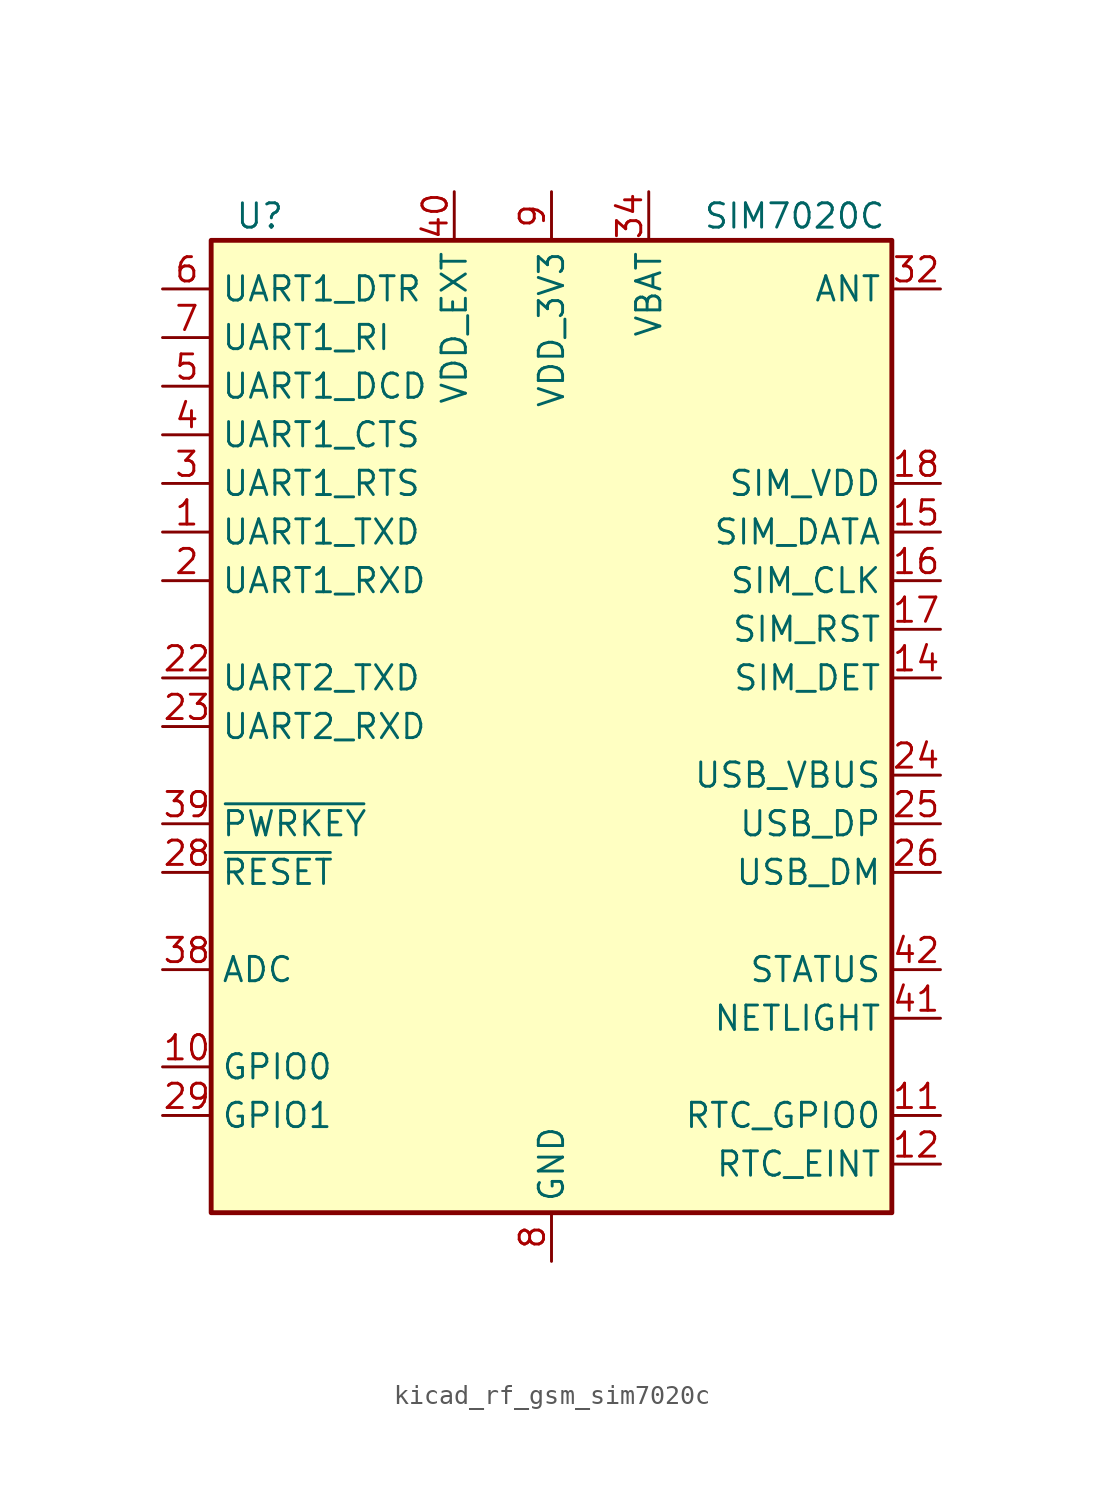
<source format=kicad_sym>
(kicad_symbol_lib
  (version 20220914)
  (generator kicad_symbol_editor)
  (symbol "kicad_rf_gsm_sim7020c"
    (property "Reference" "U"
      (at -15.24 26.67 0)
      (effects (font (size 1.27 1.27))))
    (property "Value" "SIM7020C"
      (at 12.7 26.67 0)
      (effects (font (size 1.27 1.27))))
    (symbol "kicad_rf_gsm_sim7020c_0_1"
      (rectangle (start -17.78 25.4) (end 17.78 -25.4) (stroke (width 0.254) (type default)) (fill (type background))))
    (symbol "kicad_rf_gsm_sim7020c_1_1"
      (pin output line (at -20.32 10.16 0) (length 2.54) (name "UART1_TXD" (effects (font (size 1.27 1.27)))) (number "1" (effects (font (size 1.27 1.27)))))
      (pin bidirectional line (at -20.32 -17.78 0) (length 2.54) (name "GPIO0" (effects (font (size 1.27 1.27)))) (number "10" (effects (font (size 1.27 1.27)))))
      (pin output line (at 20.32 -20.32 180) (length 2.54) (name "RTC_GPIO0" (effects (font (size 1.27 1.27)))) (number "11" (effects (font (size 1.27 1.27)))))
      (pin input line (at 20.32 -22.86 180) (length 2.54) (name "RTC_EINT" (effects (font (size 1.27 1.27)))) (number "12" (effects (font (size 1.27 1.27)))))
      (pin passive line (at 0 -27.94 90) (length 2.54) hide (name "GND" (effects (font (size 1.27 1.27)))) (number "13" (effects (font (size 1.27 1.27)))))
      (pin input line (at 20.32 2.54 180) (length 2.54) (name "SIM_DET" (effects (font (size 1.27 1.27)))) (number "14" (effects (font (size 1.27 1.27)))))
      (pin bidirectional line (at 20.32 10.16 180) (length 2.54) (name "SIM_DATA" (effects (font (size 1.27 1.27)))) (number "15" (effects (font (size 1.27 1.27)))))
      (pin output line (at 20.32 7.62 180) (length 2.54) (name "SIM_CLK" (effects (font (size 1.27 1.27)))) (number "16" (effects (font (size 1.27 1.27)))))
      (pin output line (at 20.32 5.08 180) (length 2.54) (name "SIM_RST" (effects (font (size 1.27 1.27)))) (number "17" (effects (font (size 1.27 1.27)))))
      (pin power_out line (at 20.32 12.7 180) (length 2.54) (name "SIM_VDD" (effects (font (size 1.27 1.27)))) (number "18" (effects (font (size 1.27 1.27)))))
      (pin passive line (at 0 -27.94 90) (length 2.54) hide (name "GND" (effects (font (size 1.27 1.27)))) (number "19" (effects (font (size 1.27 1.27)))))
      (pin input line (at -20.32 7.62 0) (length 2.54) (name "UART1_RXD" (effects (font (size 1.27 1.27)))) (number "2" (effects (font (size 1.27 1.27)))))
      (pin no_connect line (at 17.78 17.78 180) (length 2.54) hide (name "NC" (effects (font (size 1.27 1.27)))) (number "20" (effects (font (size 1.27 1.27)))))
      (pin passive line (at 0 -27.94 90) (length 2.54) hide (name "GND" (effects (font (size 1.27 1.27)))) (number "21" (effects (font (size 1.27 1.27)))))
      (pin output line (at -20.32 2.54 0) (length 2.54) (name "UART2_TXD" (effects (font (size 1.27 1.27)))) (number "22" (effects (font (size 1.27 1.27)))))
      (pin input line (at -20.32 0 0) (length 2.54) (name "UART2_RXD" (effects (font (size 1.27 1.27)))) (number "23" (effects (font (size 1.27 1.27)))))
      (pin input line (at 20.32 -2.54 180) (length 2.54) (name "USB_VBUS" (effects (font (size 1.27 1.27)))) (number "24" (effects (font (size 1.27 1.27)))))
      (pin bidirectional line (at 20.32 -5.08 180) (length 2.54) (name "USB_DP" (effects (font (size 1.27 1.27)))) (number "25" (effects (font (size 1.27 1.27)))))
      (pin bidirectional line (at 20.32 -7.62 180) (length 2.54) (name "USB_DM" (effects (font (size 1.27 1.27)))) (number "26" (effects (font (size 1.27 1.27)))))
      (pin passive line (at 0 -27.94 90) (length 2.54) hide (name "GND" (effects (font (size 1.27 1.27)))) (number "27" (effects (font (size 1.27 1.27)))))
      (pin input line (at -20.32 -7.62 0) (length 2.54) (name "~{RESET}" (effects (font (size 1.27 1.27)))) (number "28" (effects (font (size 1.27 1.27)))))
      (pin bidirectional line (at -20.32 -20.32 0) (length 2.54) (name "GPIO1" (effects (font (size 1.27 1.27)))) (number "29" (effects (font (size 1.27 1.27)))))
      (pin input line (at -20.32 12.7 0) (length 2.54) (name "UART1_RTS" (effects (font (size 1.27 1.27)))) (number "3" (effects (font (size 1.27 1.27)))))
      (pin passive line (at 0 -27.94 90) (length 2.54) hide (name "GND" (effects (font (size 1.27 1.27)))) (number "30" (effects (font (size 1.27 1.27)))))
      (pin passive line (at 0 -27.94 90) (length 2.54) hide (name "GND" (effects (font (size 1.27 1.27)))) (number "31" (effects (font (size 1.27 1.27)))))
      (pin passive line (at 20.32 22.86 180) (length 2.54) (name "ANT" (effects (font (size 1.27 1.27)))) (number "32" (effects (font (size 1.27 1.27)))))
      (pin passive line (at 0 -27.94 90) (length 2.54) hide (name "GND" (effects (font (size 1.27 1.27)))) (number "33" (effects (font (size 1.27 1.27)))))
      (pin power_in line (at 5.08 27.94 270) (length 2.54) (name "VBAT" (effects (font (size 1.27 1.27)))) (number "34" (effects (font (size 1.27 1.27)))))
      (pin passive line (at 5.08 27.94 270) (length 2.54) hide (name "VBAT" (effects (font (size 1.27 1.27)))) (number "35" (effects (font (size 1.27 1.27)))))
      (pin passive line (at 0 -27.94 90) (length 2.54) hide (name "GND" (effects (font (size 1.27 1.27)))) (number "36" (effects (font (size 1.27 1.27)))))
      (pin passive line (at 0 -27.94 90) (length 2.54) hide (name "GND" (effects (font (size 1.27 1.27)))) (number "37" (effects (font (size 1.27 1.27)))))
      (pin input line (at -20.32 -12.7 0) (length 2.54) (name "ADC" (effects (font (size 1.27 1.27)))) (number "38" (effects (font (size 1.27 1.27)))))
      (pin input line (at -20.32 -5.08 0) (length 2.54) (name "~{PWRKEY}" (effects (font (size 1.27 1.27)))) (number "39" (effects (font (size 1.27 1.27)))))
      (pin output line (at -20.32 15.24 0) (length 2.54) (name "UART1_CTS" (effects (font (size 1.27 1.27)))) (number "4" (effects (font (size 1.27 1.27)))))
      (pin power_out line (at -5.08 27.94 270) (length 2.54) (name "VDD_EXT" (effects (font (size 1.27 1.27)))) (number "40" (effects (font (size 1.27 1.27)))))
      (pin output line (at 20.32 -15.24 180) (length 2.54) (name "NETLIGHT" (effects (font (size 1.27 1.27)))) (number "41" (effects (font (size 1.27 1.27)))))
      (pin output line (at 20.32 -12.7 180) (length 2.54) (name "STATUS" (effects (font (size 1.27 1.27)))) (number "42" (effects (font (size 1.27 1.27)))))
      (pin output line (at -20.32 17.78 0) (length 2.54) (name "UART1_DCD" (effects (font (size 1.27 1.27)))) (number "5" (effects (font (size 1.27 1.27)))))
      (pin input line (at -20.32 22.86 0) (length 2.54) (name "UART1_DTR" (effects (font (size 1.27 1.27)))) (number "6" (effects (font (size 1.27 1.27)))))
      (pin output line (at -20.32 20.32 0) (length 2.54) (name "UART1_RI" (effects (font (size 1.27 1.27)))) (number "7" (effects (font (size 1.27 1.27)))))
      (pin power_in line (at 0 -27.94 90) (length 2.54) (name "GND" (effects (font (size 1.27 1.27)))) (number "8" (effects (font (size 1.27 1.27)))))
      (pin power_out line (at 0 27.94 270) (length 2.54) (name "VDD_3V3" (effects (font (size 1.27 1.27)))) (number "9" (effects (font (size 1.27 1.27))))))))
</source>
